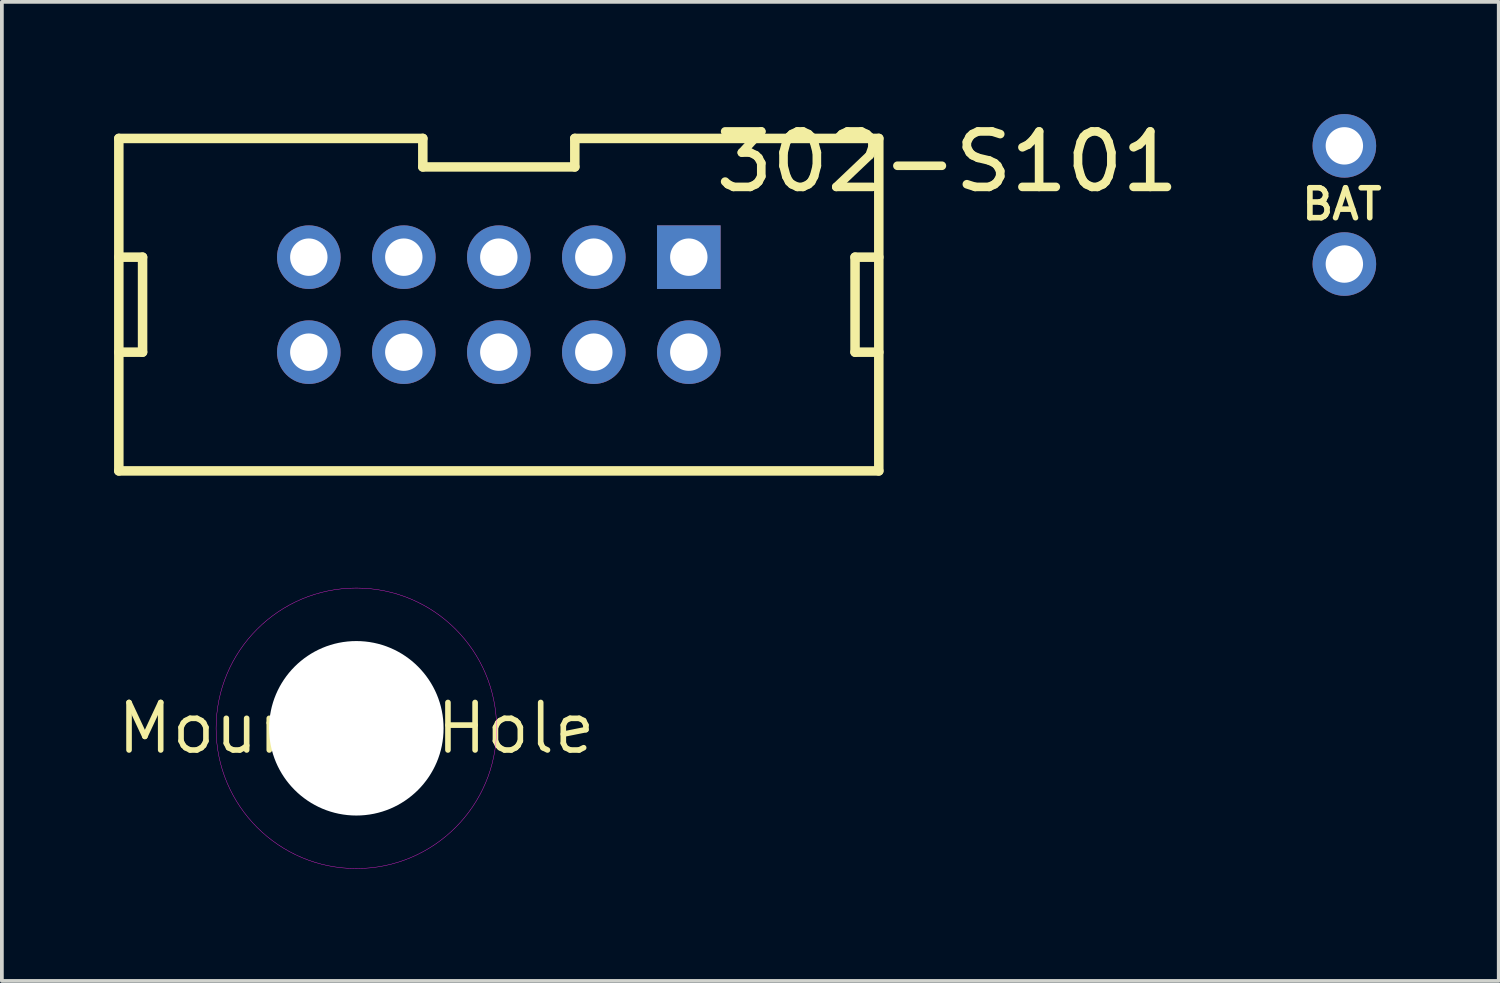
<source format=kicad_pcb>
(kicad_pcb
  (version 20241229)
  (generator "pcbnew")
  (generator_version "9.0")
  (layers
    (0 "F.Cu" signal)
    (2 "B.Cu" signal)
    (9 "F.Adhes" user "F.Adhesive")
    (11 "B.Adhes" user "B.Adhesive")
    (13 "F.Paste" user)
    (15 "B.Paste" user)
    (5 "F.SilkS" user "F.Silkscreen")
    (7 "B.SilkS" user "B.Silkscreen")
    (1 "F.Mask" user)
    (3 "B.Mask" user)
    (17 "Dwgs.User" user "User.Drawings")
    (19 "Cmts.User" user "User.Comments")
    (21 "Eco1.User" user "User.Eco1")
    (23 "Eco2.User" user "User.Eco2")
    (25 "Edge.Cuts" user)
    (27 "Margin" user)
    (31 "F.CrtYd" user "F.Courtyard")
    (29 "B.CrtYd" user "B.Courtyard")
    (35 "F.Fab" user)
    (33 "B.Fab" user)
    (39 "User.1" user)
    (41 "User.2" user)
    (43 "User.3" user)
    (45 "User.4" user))
  (footprint "302-S101"
    (layer "F.Cu")
    (at 15.367 3.826)
    (property "Reference" "302-S101" (at 6.915 -2.553 0) (unlocked yes) (layer "F.SilkS") (effects (font (size 1.483 1.56) (thickness 0.231))))
    (fp_line (start -15.24 -3.175) (end -7.112 -3.175) (stroke (width 0.254) (type solid)) (layer "F.SilkS"))
    (fp_line (start -15.24 0) (end -14.605 0) (stroke (width 0.254) (type solid)) (layer "F.SilkS"))
    (fp_line (start -15.24 2.54) (end -14.605 2.54) (stroke (width 0.254) (type solid)) (layer "F.SilkS"))
    (fp_line (start -15.24 5.715) (end -15.24 -3.175) (stroke (width 0.254) (type solid)) (layer "F.SilkS"))
    (fp_line (start -15.24 5.715) (end 5.08 5.715) (stroke (width 0.254) (type solid)) (layer "F.SilkS"))
    (fp_line (start -14.605 2.54) (end -14.605 0) (stroke (width 0.254) (type solid)) (layer "F.SilkS"))
    (fp_line (start -7.112 -2.413) (end -7.112 -3.175) (stroke (width 0.254) (type solid)) (layer "F.SilkS"))
    (fp_line (start -7.112 -2.413) (end -3.048 -2.413) (stroke (width 0.254) (type solid)) (layer "F.SilkS"))
    (fp_line (start -3.048 -3.175) (end 5.08 -3.175) (stroke (width 0.254) (type solid)) (layer "F.SilkS"))
    (fp_line (start -3.048 -2.413) (end -3.048 -3.175) (stroke (width 0.254) (type solid)) (layer "F.SilkS"))
    (fp_line (start 4.445 0) (end 5.08 0) (stroke (width 0.254) (type solid)) (layer "F.SilkS"))
    (fp_line (start 4.445 2.54) (end 4.445 0) (stroke (width 0.254) (type solid)) (layer "F.SilkS"))
    (fp_line (start 4.445 2.54) (end 5.08 2.54) (stroke (width 0.254) (type solid)) (layer "F.SilkS"))
    (fp_line (start 5.08 5.715) (end 5.08 -3.175) (stroke (width 0.254) (type solid)) (layer "F.SilkS"))
    (pad "1" thru_hole rect (at 0 0) (size 1.7 1.7) (drill 1) (layers "*.Cu" "*.Mask"))
    (pad "2" thru_hole circle (at 0 2.54) (size 1.7 1.7) (drill 1) (layers "*.Cu" "*.Mask"))
    (pad "3" thru_hole circle (at -2.54 0) (size 1.7 1.7) (drill 1) (layers "*.Cu" "*.Mask"))
    (pad "4" thru_hole circle (at -2.54 2.54) (size 1.7 1.7) (drill 1) (layers "*.Cu" "*.Mask"))
    (pad "5" thru_hole circle (at -5.08 0) (size 1.7 1.7) (drill 1) (layers "*.Cu" "*.Mask"))
    (pad "6" thru_hole circle (at -5.08 2.54) (size 1.7 1.7) (drill 1) (layers "*.Cu" "*.Mask"))
    (pad "7" thru_hole circle (at -7.62 0) (size 1.7 1.7) (drill 1) (layers "*.Cu" "*.Mask"))
    (pad "8" thru_hole circle (at -7.62 2.54) (size 1.7 1.7) (drill 1) (layers "*.Cu" "*.Mask"))
    (pad "9" thru_hole circle (at -10.16 0) (size 1.7 1.7) (drill 1) (layers "*.Cu" "*.Mask"))
    (pad "10" thru_hole circle (at -10.16 2.54) (size 1.7 1.7) (drill 1) (layers "*.Cu" "*.Mask")))
  (footprint "BAT"
    (layer "F.Cu")
    (at 32.895 0.85)
    (property "Reference" "BAT" (at -0.064 1.558 0) (layer "F.SilkS") (effects (font (size 0.8 0.8) (thickness 0.15))))
    (pad "NEG" thru_hole circle (at 0 3.16 90) (size 1.7 1.7) (drill 1) (layers "*.Cu" "*.Mask"))
    (pad "POS" thru_hole circle (at 0 0 90) (size 1.7 1.7) (drill 1) (layers "*.Cu" "*.Mask")))
  (footprint "MountingHole"
    (layer "F.Cu")
    (at 6.478 16.423)
    (property "Reference" "MountingHole" (at 0 0 0) (layer "F.SilkS") (effects (font (size 1.27 1.27) (thickness 0.15))))
    (fp_circle (center 0 0) (end 3.75 0) (stroke (width 0.01) (type default)) (fill no) (layer "F.CrtYd"))
    (pad "" np_thru_hole circle (at 0 0) (size 4.665 4.665) (drill 4.665) (layers "*.Cu" "*.Mask")))
  (gr_rect
    (start -3 -3)
    (end 37.023 23.178)
    (stroke (width 0.1) (type default))
    (fill no)
    (layer "Edge.Cuts")))
</source>
